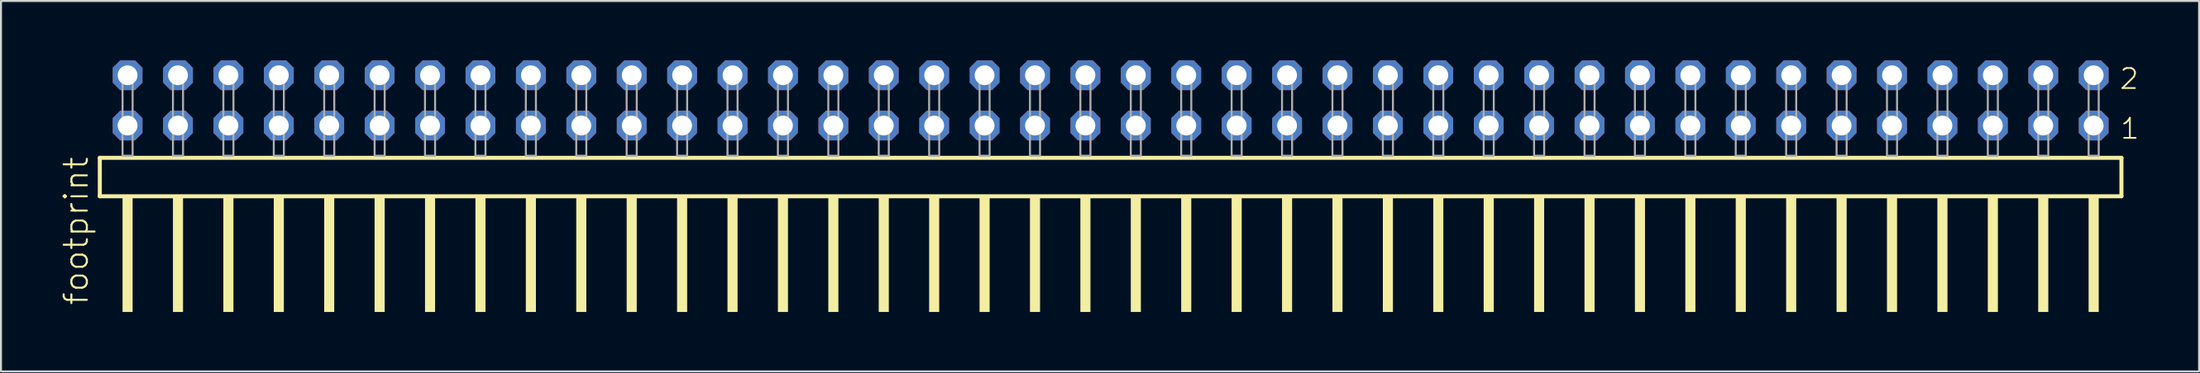
<source format=kicad_pcb>
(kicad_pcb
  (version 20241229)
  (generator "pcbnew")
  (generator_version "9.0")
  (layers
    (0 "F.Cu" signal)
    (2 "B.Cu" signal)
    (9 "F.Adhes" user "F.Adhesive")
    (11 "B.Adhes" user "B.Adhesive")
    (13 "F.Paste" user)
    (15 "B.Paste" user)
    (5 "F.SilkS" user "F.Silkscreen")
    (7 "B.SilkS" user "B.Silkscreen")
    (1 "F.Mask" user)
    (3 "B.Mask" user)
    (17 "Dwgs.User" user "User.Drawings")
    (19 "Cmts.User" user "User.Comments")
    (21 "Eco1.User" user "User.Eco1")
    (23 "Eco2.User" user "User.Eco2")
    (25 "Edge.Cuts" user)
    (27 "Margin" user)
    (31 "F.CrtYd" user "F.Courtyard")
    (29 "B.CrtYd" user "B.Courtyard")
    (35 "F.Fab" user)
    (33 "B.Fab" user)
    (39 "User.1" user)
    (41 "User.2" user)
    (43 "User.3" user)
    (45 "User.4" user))
  (footprint "footprint"
    (layer "F.Cu")
    (at 52.908 4.814)
    (property "Reference" "footprint" (at -51.435 7.62 90) (layer "F.SilkS") (effects (font (size 1.168 1.168) (thickness 0.102)) (justify left bottom)))
    (fp_line (start -50.929 0.106) (end -50.929 2.046) (stroke (width 0.203) (type solid)) (layer "F.SilkS"))
    (fp_line (start -50.929 2.046) (end 50.929 2.046) (stroke (width 0.203) (type solid)) (layer "F.SilkS"))
    (fp_line (start 50.929 0.106) (end -50.929 0.106) (stroke (width 0.203) (type solid)) (layer "F.SilkS"))
    (fp_line (start 50.929 2.046) (end 50.929 0.106) (stroke (width 0.203) (type solid)) (layer "F.SilkS"))
    (fp_poly (pts (xy -49.784 7.89) (xy -49.276 7.89) (xy -49.276 2.04) (xy -49.784 2.04)) (stroke (width 0) (type solid)) (fill yes) (layer "F.SilkS"))
    (fp_poly (pts (xy -47.244 7.89) (xy -46.736 7.89) (xy -46.736 2.04) (xy -47.244 2.04)) (stroke (width 0) (type solid)) (fill yes) (layer "F.SilkS"))
    (fp_poly (pts (xy -44.704 7.89) (xy -44.196 7.89) (xy -44.196 2.04) (xy -44.704 2.04)) (stroke (width 0) (type solid)) (fill yes) (layer "F.SilkS"))
    (fp_poly (pts (xy -42.164 7.89) (xy -41.656 7.89) (xy -41.656 2.04) (xy -42.164 2.04)) (stroke (width 0) (type solid)) (fill yes) (layer "F.SilkS"))
    (fp_poly (pts (xy -39.624 7.89) (xy -39.116 7.89) (xy -39.116 2.04) (xy -39.624 2.04)) (stroke (width 0) (type solid)) (fill yes) (layer "F.SilkS"))
    (fp_poly (pts (xy -37.084 7.89) (xy -36.576 7.89) (xy -36.576 2.04) (xy -37.084 2.04)) (stroke (width 0) (type solid)) (fill yes) (layer "F.SilkS"))
    (fp_poly (pts (xy -34.544 7.89) (xy -34.036 7.89) (xy -34.036 2.04) (xy -34.544 2.04)) (stroke (width 0) (type solid)) (fill yes) (layer "F.SilkS"))
    (fp_poly (pts (xy -32.004 7.89) (xy -31.496 7.89) (xy -31.496 2.04) (xy -32.004 2.04)) (stroke (width 0) (type solid)) (fill yes) (layer "F.SilkS"))
    (fp_poly (pts (xy -29.464 7.89) (xy -28.956 7.89) (xy -28.956 2.04) (xy -29.464 2.04)) (stroke (width 0) (type solid)) (fill yes) (layer "F.SilkS"))
    (fp_poly (pts (xy -26.924 7.89) (xy -26.416 7.89) (xy -26.416 2.04) (xy -26.924 2.04)) (stroke (width 0) (type solid)) (fill yes) (layer "F.SilkS"))
    (fp_poly (pts (xy -24.384 7.89) (xy -23.876 7.89) (xy -23.876 2.04) (xy -24.384 2.04)) (stroke (width 0) (type solid)) (fill yes) (layer "F.SilkS"))
    (fp_poly (pts (xy -21.844 7.89) (xy -21.336 7.89) (xy -21.336 2.04) (xy -21.844 2.04)) (stroke (width 0) (type solid)) (fill yes) (layer "F.SilkS"))
    (fp_poly (pts (xy -19.304 7.89) (xy -18.796 7.89) (xy -18.796 2.04) (xy -19.304 2.04)) (stroke (width 0) (type solid)) (fill yes) (layer "F.SilkS"))
    (fp_poly (pts (xy -16.764 7.89) (xy -16.256 7.89) (xy -16.256 2.04) (xy -16.764 2.04)) (stroke (width 0) (type solid)) (fill yes) (layer "F.SilkS"))
    (fp_poly (pts (xy -14.224 7.89) (xy -13.716 7.89) (xy -13.716 2.04) (xy -14.224 2.04)) (stroke (width 0) (type solid)) (fill yes) (layer "F.SilkS"))
    (fp_poly (pts (xy -11.684 7.89) (xy -11.176 7.89) (xy -11.176 2.04) (xy -11.684 2.04)) (stroke (width 0) (type solid)) (fill yes) (layer "F.SilkS"))
    (fp_poly (pts (xy -9.144 7.89) (xy -8.636 7.89) (xy -8.636 2.04) (xy -9.144 2.04)) (stroke (width 0) (type solid)) (fill yes) (layer "F.SilkS"))
    (fp_poly (pts (xy -6.604 7.89) (xy -6.096 7.89) (xy -6.096 2.04) (xy -6.604 2.04)) (stroke (width 0) (type solid)) (fill yes) (layer "F.SilkS"))
    (fp_poly (pts (xy -4.064 7.89) (xy -3.556 7.89) (xy -3.556 2.04) (xy -4.064 2.04)) (stroke (width 0) (type solid)) (fill yes) (layer "F.SilkS"))
    (fp_poly (pts (xy -1.524 7.89) (xy -1.016 7.89) (xy -1.016 2.04) (xy -1.524 2.04)) (stroke (width 0) (type solid)) (fill yes) (layer "F.SilkS"))
    (fp_poly (pts (xy 1.016 7.89) (xy 1.524 7.89) (xy 1.524 2.04) (xy 1.016 2.04)) (stroke (width 0) (type solid)) (fill yes) (layer "F.SilkS"))
    (fp_poly (pts (xy 3.556 7.89) (xy 4.064 7.89) (xy 4.064 2.04) (xy 3.556 2.04)) (stroke (width 0) (type solid)) (fill yes) (layer "F.SilkS"))
    (fp_poly (pts (xy 6.096 7.89) (xy 6.604 7.89) (xy 6.604 2.04) (xy 6.096 2.04)) (stroke (width 0) (type solid)) (fill yes) (layer "F.SilkS"))
    (fp_poly (pts (xy 8.636 7.89) (xy 9.144 7.89) (xy 9.144 2.04) (xy 8.636 2.04)) (stroke (width 0) (type solid)) (fill yes) (layer "F.SilkS"))
    (fp_poly (pts (xy 11.176 7.89) (xy 11.684 7.89) (xy 11.684 2.04) (xy 11.176 2.04)) (stroke (width 0) (type solid)) (fill yes) (layer "F.SilkS"))
    (fp_poly (pts (xy 13.716 7.89) (xy 14.224 7.89) (xy 14.224 2.04) (xy 13.716 2.04)) (stroke (width 0) (type solid)) (fill yes) (layer "F.SilkS"))
    (fp_poly (pts (xy 16.256 7.89) (xy 16.764 7.89) (xy 16.764 2.04) (xy 16.256 2.04)) (stroke (width 0) (type solid)) (fill yes) (layer "F.SilkS"))
    (fp_poly (pts (xy 18.796 7.89) (xy 19.304 7.89) (xy 19.304 2.04) (xy 18.796 2.04)) (stroke (width 0) (type solid)) (fill yes) (layer "F.SilkS"))
    (fp_poly (pts (xy 21.336 7.89) (xy 21.844 7.89) (xy 21.844 2.04) (xy 21.336 2.04)) (stroke (width 0) (type solid)) (fill yes) (layer "F.SilkS"))
    (fp_poly (pts (xy 23.876 7.89) (xy 24.384 7.89) (xy 24.384 2.04) (xy 23.876 2.04)) (stroke (width 0) (type solid)) (fill yes) (layer "F.SilkS"))
    (fp_poly (pts (xy 26.416 7.89) (xy 26.924 7.89) (xy 26.924 2.04) (xy 26.416 2.04)) (stroke (width 0) (type solid)) (fill yes) (layer "F.SilkS"))
    (fp_poly (pts (xy 28.956 7.89) (xy 29.464 7.89) (xy 29.464 2.04) (xy 28.956 2.04)) (stroke (width 0) (type solid)) (fill yes) (layer "F.SilkS"))
    (fp_poly (pts (xy 31.496 7.89) (xy 32.004 7.89) (xy 32.004 2.04) (xy 31.496 2.04)) (stroke (width 0) (type solid)) (fill yes) (layer "F.SilkS"))
    (fp_poly (pts (xy 34.036 7.89) (xy 34.544 7.89) (xy 34.544 2.04) (xy 34.036 2.04)) (stroke (width 0) (type solid)) (fill yes) (layer "F.SilkS"))
    (fp_poly (pts (xy 36.576 7.89) (xy 37.084 7.89) (xy 37.084 2.04) (xy 36.576 2.04)) (stroke (width 0) (type solid)) (fill yes) (layer "F.SilkS"))
    (fp_poly (pts (xy 39.116 7.89) (xy 39.624 7.89) (xy 39.624 2.04) (xy 39.116 2.04)) (stroke (width 0) (type solid)) (fill yes) (layer "F.SilkS"))
    (fp_poly (pts (xy 41.656 7.89) (xy 42.164 7.89) (xy 42.164 2.04) (xy 41.656 2.04)) (stroke (width 0) (type solid)) (fill yes) (layer "F.SilkS"))
    (fp_poly (pts (xy 44.196 7.89) (xy 44.704 7.89) (xy 44.704 2.04) (xy 44.196 2.04)) (stroke (width 0) (type solid)) (fill yes) (layer "F.SilkS"))
    (fp_poly (pts (xy 46.736 7.89) (xy 47.244 7.89) (xy 47.244 2.04) (xy 46.736 2.04)) (stroke (width 0) (type solid)) (fill yes) (layer "F.SilkS"))
    (fp_poly (pts (xy 49.276 7.89) (xy 49.784 7.89) (xy 49.784 2.04) (xy 49.276 2.04)) (stroke (width 0) (type solid)) (fill yes) (layer "F.SilkS"))
    (fp_poly (pts (xy -49.784 0) (xy -49.276 0) (xy -49.276 -4.318) (xy -49.784 -4.318)) (stroke (width 0.1) (type solid)) (fill no) (layer "F.Fab"))
    (fp_poly (pts (xy -47.244 0) (xy -46.736 0) (xy -46.736 -4.318) (xy -47.244 -4.318)) (stroke (width 0.1) (type solid)) (fill no) (layer "F.Fab"))
    (fp_poly (pts (xy -44.704 0) (xy -44.196 0) (xy -44.196 -4.318) (xy -44.704 -4.318)) (stroke (width 0.1) (type solid)) (fill no) (layer "F.Fab"))
    (fp_poly (pts (xy -42.164 0) (xy -41.656 0) (xy -41.656 -4.318) (xy -42.164 -4.318)) (stroke (width 0.1) (type solid)) (fill no) (layer "F.Fab"))
    (fp_poly (pts (xy -39.624 0) (xy -39.116 0) (xy -39.116 -4.318) (xy -39.624 -4.318)) (stroke (width 0.1) (type solid)) (fill no) (layer "F.Fab"))
    (fp_poly (pts (xy -37.084 0) (xy -36.576 0) (xy -36.576 -4.318) (xy -37.084 -4.318)) (stroke (width 0.1) (type solid)) (fill no) (layer "F.Fab"))
    (fp_poly (pts (xy -34.544 0) (xy -34.036 0) (xy -34.036 -4.318) (xy -34.544 -4.318)) (stroke (width 0.1) (type solid)) (fill no) (layer "F.Fab"))
    (fp_poly (pts (xy -32.004 0) (xy -31.496 0) (xy -31.496 -4.318) (xy -32.004 -4.318)) (stroke (width 0.1) (type solid)) (fill no) (layer "F.Fab"))
    (fp_poly (pts (xy -29.464 0) (xy -28.956 0) (xy -28.956 -4.318) (xy -29.464 -4.318)) (stroke (width 0.1) (type solid)) (fill no) (layer "F.Fab"))
    (fp_poly (pts (xy -26.924 0) (xy -26.416 0) (xy -26.416 -4.318) (xy -26.924 -4.318)) (stroke (width 0.1) (type solid)) (fill no) (layer "F.Fab"))
    (fp_poly (pts (xy -24.384 0) (xy -23.876 0) (xy -23.876 -4.318) (xy -24.384 -4.318)) (stroke (width 0.1) (type solid)) (fill no) (layer "F.Fab"))
    (fp_poly (pts (xy -21.844 0) (xy -21.336 0) (xy -21.336 -4.318) (xy -21.844 -4.318)) (stroke (width 0.1) (type solid)) (fill no) (layer "F.Fab"))
    (fp_poly (pts (xy -19.304 0) (xy -18.796 0) (xy -18.796 -4.318) (xy -19.304 -4.318)) (stroke (width 0.1) (type solid)) (fill no) (layer "F.Fab"))
    (fp_poly (pts (xy -16.764 0) (xy -16.256 0) (xy -16.256 -4.318) (xy -16.764 -4.318)) (stroke (width 0.1) (type solid)) (fill no) (layer "F.Fab"))
    (fp_poly (pts (xy -14.224 0) (xy -13.716 0) (xy -13.716 -4.318) (xy -14.224 -4.318)) (stroke (width 0.1) (type solid)) (fill no) (layer "F.Fab"))
    (fp_poly (pts (xy -11.684 0) (xy -11.176 0) (xy -11.176 -4.318) (xy -11.684 -4.318)) (stroke (width 0.1) (type solid)) (fill no) (layer "F.Fab"))
    (fp_poly (pts (xy -9.144 0) (xy -8.636 0) (xy -8.636 -4.318) (xy -9.144 -4.318)) (stroke (width 0.1) (type solid)) (fill no) (layer "F.Fab"))
    (fp_poly (pts (xy -6.604 0) (xy -6.096 0) (xy -6.096 -4.318) (xy -6.604 -4.318)) (stroke (width 0.1) (type solid)) (fill no) (layer "F.Fab"))
    (fp_poly (pts (xy -4.064 0) (xy -3.556 0) (xy -3.556 -4.318) (xy -4.064 -4.318)) (stroke (width 0.1) (type solid)) (fill no) (layer "F.Fab"))
    (fp_poly (pts (xy -1.524 0) (xy -1.016 0) (xy -1.016 -4.318) (xy -1.524 -4.318)) (stroke (width 0.1) (type solid)) (fill no) (layer "F.Fab"))
    (fp_poly (pts (xy 1.016 0) (xy 1.524 0) (xy 1.524 -4.318) (xy 1.016 -4.318)) (stroke (width 0.1) (type solid)) (fill no) (layer "F.Fab"))
    (fp_poly (pts (xy 3.556 0) (xy 4.064 0) (xy 4.064 -4.318) (xy 3.556 -4.318)) (stroke (width 0.1) (type solid)) (fill no) (layer "F.Fab"))
    (fp_poly (pts (xy 6.096 0) (xy 6.604 0) (xy 6.604 -4.318) (xy 6.096 -4.318)) (stroke (width 0.1) (type solid)) (fill no) (layer "F.Fab"))
    (fp_poly (pts (xy 8.636 0) (xy 9.144 0) (xy 9.144 -4.318) (xy 8.636 -4.318)) (stroke (width 0.1) (type solid)) (fill no) (layer "F.Fab"))
    (fp_poly (pts (xy 11.176 0) (xy 11.684 0) (xy 11.684 -4.318) (xy 11.176 -4.318)) (stroke (width 0.1) (type solid)) (fill no) (layer "F.Fab"))
    (fp_poly (pts (xy 13.716 0) (xy 14.224 0) (xy 14.224 -4.318) (xy 13.716 -4.318)) (stroke (width 0.1) (type solid)) (fill no) (layer "F.Fab"))
    (fp_poly (pts (xy 16.256 0) (xy 16.764 0) (xy 16.764 -4.318) (xy 16.256 -4.318)) (stroke (width 0.1) (type solid)) (fill no) (layer "F.Fab"))
    (fp_poly (pts (xy 18.796 0) (xy 19.304 0) (xy 19.304 -4.318) (xy 18.796 -4.318)) (stroke (width 0.1) (type solid)) (fill no) (layer "F.Fab"))
    (fp_poly (pts (xy 21.336 0) (xy 21.844 0) (xy 21.844 -4.318) (xy 21.336 -4.318)) (stroke (width 0.1) (type solid)) (fill no) (layer "F.Fab"))
    (fp_poly (pts (xy 23.876 0) (xy 24.384 0) (xy 24.384 -4.318) (xy 23.876 -4.318)) (stroke (width 0.1) (type solid)) (fill no) (layer "F.Fab"))
    (fp_poly (pts (xy 26.416 0) (xy 26.924 0) (xy 26.924 -4.318) (xy 26.416 -4.318)) (stroke (width 0.1) (type solid)) (fill no) (layer "F.Fab"))
    (fp_poly (pts (xy 28.956 0) (xy 29.464 0) (xy 29.464 -4.318) (xy 28.956 -4.318)) (stroke (width 0.1) (type solid)) (fill no) (layer "F.Fab"))
    (fp_poly (pts (xy 31.496 0) (xy 32.004 0) (xy 32.004 -4.318) (xy 31.496 -4.318)) (stroke (width 0.1) (type solid)) (fill no) (layer "F.Fab"))
    (fp_poly (pts (xy 34.036 0) (xy 34.544 0) (xy 34.544 -4.318) (xy 34.036 -4.318)) (stroke (width 0.1) (type solid)) (fill no) (layer "F.Fab"))
    (fp_poly (pts (xy 36.576 0) (xy 37.084 0) (xy 37.084 -4.318) (xy 36.576 -4.318)) (stroke (width 0.1) (type solid)) (fill no) (layer "F.Fab"))
    (fp_poly (pts (xy 39.116 0) (xy 39.624 0) (xy 39.624 -4.318) (xy 39.116 -4.318)) (stroke (width 0.1) (type solid)) (fill no) (layer "F.Fab"))
    (fp_poly (pts (xy 41.656 0) (xy 42.164 0) (xy 42.164 -4.318) (xy 41.656 -4.318)) (stroke (width 0.1) (type solid)) (fill no) (layer "F.Fab"))
    (fp_poly (pts (xy 44.196 0) (xy 44.704 0) (xy 44.704 -4.318) (xy 44.196 -4.318)) (stroke (width 0.1) (type solid)) (fill no) (layer "F.Fab"))
    (fp_poly (pts (xy 46.736 0) (xy 47.244 0) (xy 47.244 -4.318) (xy 46.736 -4.318)) (stroke (width 0.1) (type solid)) (fill no) (layer "F.Fab"))
    (fp_poly (pts (xy 49.276 0) (xy 49.784 0) (xy 49.784 -4.318) (xy 49.276 -4.318)) (stroke (width 0.1) (type solid)) (fill no) (layer "F.Fab"))
    (fp_text user "2" (at 50.78 -3.29 0) (layer "F.SilkS") (effects (font (size 1.012 1.012) (thickness 0.088)) (justify left bottom)))
    (fp_text user "1" (at 50.815 -0.775 0) (layer "F.SilkS") (effects (font (size 1.012 1.012) (thickness 0.088)) (justify left bottom)))
    (pad "1" thru_hole roundrect (at 49.53 -1.524 180) (size 1.5 1.5) (drill 1) (layers "*.Cu" "*.Mask") (roundrect_rratio 0.25) (chamfer_ratio 0.25) (chamfer top_left top_right bottom_left bottom_right))
    (pad "2" thru_hole roundrect (at 49.53 -4.064 180) (size 1.5 1.5) (drill 1) (layers "*.Cu" "*.Mask") (roundrect_rratio 0.25) (chamfer_ratio 0.25) (chamfer top_left top_right bottom_left bottom_right))
    (pad "3" thru_hole roundrect (at 46.99 -1.524 180) (size 1.5 1.5) (drill 1) (layers "*.Cu" "*.Mask") (roundrect_rratio 0.25) (chamfer_ratio 0.25) (chamfer top_left top_right bottom_left bottom_right))
    (pad "4" thru_hole roundrect (at 46.99 -4.064 180) (size 1.5 1.5) (drill 1) (layers "*.Cu" "*.Mask") (roundrect_rratio 0.25) (chamfer_ratio 0.25) (chamfer top_left top_right bottom_left bottom_right))
    (pad "5" thru_hole roundrect (at 44.45 -1.524 180) (size 1.5 1.5) (drill 1) (layers "*.Cu" "*.Mask") (roundrect_rratio 0.25) (chamfer_ratio 0.25) (chamfer top_left top_right bottom_left bottom_right))
    (pad "6" thru_hole roundrect (at 44.45 -4.064 180) (size 1.5 1.5) (drill 1) (layers "*.Cu" "*.Mask") (roundrect_rratio 0.25) (chamfer_ratio 0.25) (chamfer top_left top_right bottom_left bottom_right))
    (pad "7" thru_hole roundrect (at 41.91 -1.524 180) (size 1.5 1.5) (drill 1) (layers "*.Cu" "*.Mask") (roundrect_rratio 0.25) (chamfer_ratio 0.25) (chamfer top_left top_right bottom_left bottom_right))
    (pad "8" thru_hole roundrect (at 41.91 -4.064 180) (size 1.5 1.5) (drill 1) (layers "*.Cu" "*.Mask") (roundrect_rratio 0.25) (chamfer_ratio 0.25) (chamfer top_left top_right bottom_left bottom_right))
    (pad "9" thru_hole roundrect (at 39.37 -1.524 180) (size 1.5 1.5) (drill 1) (layers "*.Cu" "*.Mask") (roundrect_rratio 0.25) (chamfer_ratio 0.25) (chamfer top_left top_right bottom_left bottom_right))
    (pad "10" thru_hole roundrect (at 39.37 -4.064 180) (size 1.5 1.5) (drill 1) (layers "*.Cu" "*.Mask") (roundrect_rratio 0.25) (chamfer_ratio 0.25) (chamfer top_left top_right bottom_left bottom_right))
    (pad "11" thru_hole roundrect (at 36.83 -1.524 180) (size 1.5 1.5) (drill 1) (layers "*.Cu" "*.Mask") (roundrect_rratio 0.25) (chamfer_ratio 0.25) (chamfer top_left top_right bottom_left bottom_right))
    (pad "12" thru_hole roundrect (at 36.83 -4.064 180) (size 1.5 1.5) (drill 1) (layers "*.Cu" "*.Mask") (roundrect_rratio 0.25) (chamfer_ratio 0.25) (chamfer top_left top_right bottom_left bottom_right))
    (pad "13" thru_hole roundrect (at 34.29 -1.524 180) (size 1.5 1.5) (drill 1) (layers "*.Cu" "*.Mask") (roundrect_rratio 0.25) (chamfer_ratio 0.25) (chamfer top_left top_right bottom_left bottom_right))
    (pad "14" thru_hole roundrect (at 34.29 -4.064 180) (size 1.5 1.5) (drill 1) (layers "*.Cu" "*.Mask") (roundrect_rratio 0.25) (chamfer_ratio 0.25) (chamfer top_left top_right bottom_left bottom_right))
    (pad "15" thru_hole roundrect (at 31.75 -1.524 180) (size 1.5 1.5) (drill 1) (layers "*.Cu" "*.Mask") (roundrect_rratio 0.25) (chamfer_ratio 0.25) (chamfer top_left top_right bottom_left bottom_right))
    (pad "16" thru_hole roundrect (at 31.75 -4.064 180) (size 1.5 1.5) (drill 1) (layers "*.Cu" "*.Mask") (roundrect_rratio 0.25) (chamfer_ratio 0.25) (chamfer top_left top_right bottom_left bottom_right))
    (pad "17" thru_hole roundrect (at 29.21 -1.524 180) (size 1.5 1.5) (drill 1) (layers "*.Cu" "*.Mask") (roundrect_rratio 0.25) (chamfer_ratio 0.25) (chamfer top_left top_right bottom_left bottom_right))
    (pad "18" thru_hole roundrect (at 29.21 -4.064 180) (size 1.5 1.5) (drill 1) (layers "*.Cu" "*.Mask") (roundrect_rratio 0.25) (chamfer_ratio 0.25) (chamfer top_left top_right bottom_left bottom_right))
    (pad "19" thru_hole roundrect (at 26.67 -1.524 180) (size 1.5 1.5) (drill 1) (layers "*.Cu" "*.Mask") (roundrect_rratio 0.25) (chamfer_ratio 0.25) (chamfer top_left top_right bottom_left bottom_right))
    (pad "20" thru_hole roundrect (at 26.67 -4.064 180) (size 1.5 1.5) (drill 1) (layers "*.Cu" "*.Mask") (roundrect_rratio 0.25) (chamfer_ratio 0.25) (chamfer top_left top_right bottom_left bottom_right))
    (pad "21" thru_hole roundrect (at 24.13 -1.524 180) (size 1.5 1.5) (drill 1) (layers "*.Cu" "*.Mask") (roundrect_rratio 0.25) (chamfer_ratio 0.25) (chamfer top_left top_right bottom_left bottom_right))
    (pad "22" thru_hole roundrect (at 24.13 -4.064 180) (size 1.5 1.5) (drill 1) (layers "*.Cu" "*.Mask") (roundrect_rratio 0.25) (chamfer_ratio 0.25) (chamfer top_left top_right bottom_left bottom_right))
    (pad "23" thru_hole roundrect (at 21.59 -1.524 180) (size 1.5 1.5) (drill 1) (layers "*.Cu" "*.Mask") (roundrect_rratio 0.25) (chamfer_ratio 0.25) (chamfer top_left top_right bottom_left bottom_right))
    (pad "24" thru_hole roundrect (at 21.59 -4.064 180) (size 1.5 1.5) (drill 1) (layers "*.Cu" "*.Mask") (roundrect_rratio 0.25) (chamfer_ratio 0.25) (chamfer top_left top_right bottom_left bottom_right))
    (pad "25" thru_hole roundrect (at 19.05 -1.524 180) (size 1.5 1.5) (drill 1) (layers "*.Cu" "*.Mask") (roundrect_rratio 0.25) (chamfer_ratio 0.25) (chamfer top_left top_right bottom_left bottom_right))
    (pad "26" thru_hole roundrect (at 19.05 -4.064 180) (size 1.5 1.5) (drill 1) (layers "*.Cu" "*.Mask") (roundrect_rratio 0.25) (chamfer_ratio 0.25) (chamfer top_left top_right bottom_left bottom_right))
    (pad "27" thru_hole roundrect (at 16.51 -1.524 180) (size 1.5 1.5) (drill 1) (layers "*.Cu" "*.Mask") (roundrect_rratio 0.25) (chamfer_ratio 0.25) (chamfer top_left top_right bottom_left bottom_right))
    (pad "28" thru_hole roundrect (at 16.51 -4.064 180) (size 1.5 1.5) (drill 1) (layers "*.Cu" "*.Mask") (roundrect_rratio 0.25) (chamfer_ratio 0.25) (chamfer top_left top_right bottom_left bottom_right))
    (pad "29" thru_hole roundrect (at 13.97 -1.524 180) (size 1.5 1.5) (drill 1) (layers "*.Cu" "*.Mask") (roundrect_rratio 0.25) (chamfer_ratio 0.25) (chamfer top_left top_right bottom_left bottom_right))
    (pad "30" thru_hole roundrect (at 13.97 -4.064 180) (size 1.5 1.5) (drill 1) (layers "*.Cu" "*.Mask") (roundrect_rratio 0.25) (chamfer_ratio 0.25) (chamfer top_left top_right bottom_left bottom_right))
    (pad "31" thru_hole roundrect (at 11.43 -1.524 180) (size 1.5 1.5) (drill 1) (layers "*.Cu" "*.Mask") (roundrect_rratio 0.25) (chamfer_ratio 0.25) (chamfer top_left top_right bottom_left bottom_right))
    (pad "32" thru_hole roundrect (at 11.43 -4.064 180) (size 1.5 1.5) (drill 1) (layers "*.Cu" "*.Mask") (roundrect_rratio 0.25) (chamfer_ratio 0.25) (chamfer top_left top_right bottom_left bottom_right))
    (pad "33" thru_hole roundrect (at 8.89 -1.524 180) (size 1.5 1.5) (drill 1) (layers "*.Cu" "*.Mask") (roundrect_rratio 0.25) (chamfer_ratio 0.25) (chamfer top_left top_right bottom_left bottom_right))
    (pad "34" thru_hole roundrect (at 8.89 -4.064 180) (size 1.5 1.5) (drill 1) (layers "*.Cu" "*.Mask") (roundrect_rratio 0.25) (chamfer_ratio 0.25) (chamfer top_left top_right bottom_left bottom_right))
    (pad "35" thru_hole roundrect (at 6.35 -1.524 180) (size 1.5 1.5) (drill 1) (layers "*.Cu" "*.Mask") (roundrect_rratio 0.25) (chamfer_ratio 0.25) (chamfer top_left top_right bottom_left bottom_right))
    (pad "36" thru_hole roundrect (at 6.35 -4.064 180) (size 1.5 1.5) (drill 1) (layers "*.Cu" "*.Mask") (roundrect_rratio 0.25) (chamfer_ratio 0.25) (chamfer top_left top_right bottom_left bottom_right))
    (pad "37" thru_hole roundrect (at 3.81 -1.524 180) (size 1.5 1.5) (drill 1) (layers "*.Cu" "*.Mask") (roundrect_rratio 0.25) (chamfer_ratio 0.25) (chamfer top_left top_right bottom_left bottom_right))
    (pad "38" thru_hole roundrect (at 3.81 -4.064 180) (size 1.5 1.5) (drill 1) (layers "*.Cu" "*.Mask") (roundrect_rratio 0.25) (chamfer_ratio 0.25) (chamfer top_left top_right bottom_left bottom_right))
    (pad "39" thru_hole roundrect (at 1.27 -1.524 180) (size 1.5 1.5) (drill 1) (layers "*.Cu" "*.Mask") (roundrect_rratio 0.25) (chamfer_ratio 0.25) (chamfer top_left top_right bottom_left bottom_right))
    (pad "40" thru_hole roundrect (at 1.27 -4.064 180) (size 1.5 1.5) (drill 1) (layers "*.Cu" "*.Mask") (roundrect_rratio 0.25) (chamfer_ratio 0.25) (chamfer top_left top_right bottom_left bottom_right))
    (pad "41" thru_hole roundrect (at -1.27 -1.524 180) (size 1.5 1.5) (drill 1) (layers "*.Cu" "*.Mask") (roundrect_rratio 0.25) (chamfer_ratio 0.25) (chamfer top_left top_right bottom_left bottom_right))
    (pad "42" thru_hole roundrect (at -1.27 -4.064 180) (size 1.5 1.5) (drill 1) (layers "*.Cu" "*.Mask") (roundrect_rratio 0.25) (chamfer_ratio 0.25) (chamfer top_left top_right bottom_left bottom_right))
    (pad "43" thru_hole roundrect (at -3.81 -1.524 180) (size 1.5 1.5) (drill 1) (layers "*.Cu" "*.Mask") (roundrect_rratio 0.25) (chamfer_ratio 0.25) (chamfer top_left top_right bottom_left bottom_right))
    (pad "44" thru_hole roundrect (at -3.81 -4.064 180) (size 1.5 1.5) (drill 1) (layers "*.Cu" "*.Mask") (roundrect_rratio 0.25) (chamfer_ratio 0.25) (chamfer top_left top_right bottom_left bottom_right))
    (pad "45" thru_hole roundrect (at -6.35 -1.524 180) (size 1.5 1.5) (drill 1) (layers "*.Cu" "*.Mask") (roundrect_rratio 0.25) (chamfer_ratio 0.25) (chamfer top_left top_right bottom_left bottom_right))
    (pad "46" thru_hole roundrect (at -6.35 -4.064 180) (size 1.5 1.5) (drill 1) (layers "*.Cu" "*.Mask") (roundrect_rratio 0.25) (chamfer_ratio 0.25) (chamfer top_left top_right bottom_left bottom_right))
    (pad "47" thru_hole roundrect (at -8.89 -1.524 180) (size 1.5 1.5) (drill 1) (layers "*.Cu" "*.Mask") (roundrect_rratio 0.25) (chamfer_ratio 0.25) (chamfer top_left top_right bottom_left bottom_right))
    (pad "48" thru_hole roundrect (at -8.89 -4.064 180) (size 1.5 1.5) (drill 1) (layers "*.Cu" "*.Mask") (roundrect_rratio 0.25) (chamfer_ratio 0.25) (chamfer top_left top_right bottom_left bottom_right))
    (pad "49" thru_hole roundrect (at -11.43 -1.524 180) (size 1.5 1.5) (drill 1) (layers "*.Cu" "*.Mask") (roundrect_rratio 0.25) (chamfer_ratio 0.25) (chamfer top_left top_right bottom_left bottom_right))
    (pad "50" thru_hole roundrect (at -11.43 -4.064 180) (size 1.5 1.5) (drill 1) (layers "*.Cu" "*.Mask") (roundrect_rratio 0.25) (chamfer_ratio 0.25) (chamfer top_left top_right bottom_left bottom_right))
    (pad "51" thru_hole roundrect (at -13.97 -1.524 180) (size 1.5 1.5) (drill 1) (layers "*.Cu" "*.Mask") (roundrect_rratio 0.25) (chamfer_ratio 0.25) (chamfer top_left top_right bottom_left bottom_right))
    (pad "52" thru_hole roundrect (at -13.97 -4.064 180) (size 1.5 1.5) (drill 1) (layers "*.Cu" "*.Mask") (roundrect_rratio 0.25) (chamfer_ratio 0.25) (chamfer top_left top_right bottom_left bottom_right))
    (pad "53" thru_hole roundrect (at -16.51 -1.524 180) (size 1.5 1.5) (drill 1) (layers "*.Cu" "*.Mask") (roundrect_rratio 0.25) (chamfer_ratio 0.25) (chamfer top_left top_right bottom_left bottom_right))
    (pad "54" thru_hole roundrect (at -16.51 -4.064 180) (size 1.5 1.5) (drill 1) (layers "*.Cu" "*.Mask") (roundrect_rratio 0.25) (chamfer_ratio 0.25) (chamfer top_left top_right bottom_left bottom_right))
    (pad "55" thru_hole roundrect (at -19.05 -1.524 180) (size 1.5 1.5) (drill 1) (layers "*.Cu" "*.Mask") (roundrect_rratio 0.25) (chamfer_ratio 0.25) (chamfer top_left top_right bottom_left bottom_right))
    (pad "56" thru_hole roundrect (at -19.05 -4.064 180) (size 1.5 1.5) (drill 1) (layers "*.Cu" "*.Mask") (roundrect_rratio 0.25) (chamfer_ratio 0.25) (chamfer top_left top_right bottom_left bottom_right))
    (pad "57" thru_hole roundrect (at -21.59 -1.524 180) (size 1.5 1.5) (drill 1) (layers "*.Cu" "*.Mask") (roundrect_rratio 0.25) (chamfer_ratio 0.25) (chamfer top_left top_right bottom_left bottom_right))
    (pad "58" thru_hole roundrect (at -21.59 -4.064 180) (size 1.5 1.5) (drill 1) (layers "*.Cu" "*.Mask") (roundrect_rratio 0.25) (chamfer_ratio 0.25) (chamfer top_left top_right bottom_left bottom_right))
    (pad "59" thru_hole roundrect (at -24.13 -1.524 180) (size 1.5 1.5) (drill 1) (layers "*.Cu" "*.Mask") (roundrect_rratio 0.25) (chamfer_ratio 0.25) (chamfer top_left top_right bottom_left bottom_right))
    (pad "60" thru_hole roundrect (at -24.13 -4.064 180) (size 1.5 1.5) (drill 1) (layers "*.Cu" "*.Mask") (roundrect_rratio 0.25) (chamfer_ratio 0.25) (chamfer top_left top_right bottom_left bottom_right))
    (pad "61" thru_hole roundrect (at -26.67 -1.524 180) (size 1.5 1.5) (drill 1) (layers "*.Cu" "*.Mask") (roundrect_rratio 0.25) (chamfer_ratio 0.25) (chamfer top_left top_right bottom_left bottom_right))
    (pad "62" thru_hole roundrect (at -26.67 -4.064 180) (size 1.5 1.5) (drill 1) (layers "*.Cu" "*.Mask") (roundrect_rratio 0.25) (chamfer_ratio 0.25) (chamfer top_left top_right bottom_left bottom_right))
    (pad "63" thru_hole roundrect (at -29.21 -1.524 180) (size 1.5 1.5) (drill 1) (layers "*.Cu" "*.Mask") (roundrect_rratio 0.25) (chamfer_ratio 0.25) (chamfer top_left top_right bottom_left bottom_right))
    (pad "64" thru_hole roundrect (at -29.21 -4.064 180) (size 1.5 1.5) (drill 1) (layers "*.Cu" "*.Mask") (roundrect_rratio 0.25) (chamfer_ratio 0.25) (chamfer top_left top_right bottom_left bottom_right))
    (pad "65" thru_hole roundrect (at -31.75 -1.524 180) (size 1.5 1.5) (drill 1) (layers "*.Cu" "*.Mask") (roundrect_rratio 0.25) (chamfer_ratio 0.25) (chamfer top_left top_right bottom_left bottom_right))
    (pad "66" thru_hole roundrect (at -31.75 -4.064 180) (size 1.5 1.5) (drill 1) (layers "*.Cu" "*.Mask") (roundrect_rratio 0.25) (chamfer_ratio 0.25) (chamfer top_left top_right bottom_left bottom_right))
    (pad "67" thru_hole roundrect (at -34.29 -1.524 180) (size 1.5 1.5) (drill 1) (layers "*.Cu" "*.Mask") (roundrect_rratio 0.25) (chamfer_ratio 0.25) (chamfer top_left top_right bottom_left bottom_right))
    (pad "68" thru_hole roundrect (at -34.29 -4.064 180) (size 1.5 1.5) (drill 1) (layers "*.Cu" "*.Mask") (roundrect_rratio 0.25) (chamfer_ratio 0.25) (chamfer top_left top_right bottom_left bottom_right))
    (pad "69" thru_hole roundrect (at -36.83 -1.524 180) (size 1.5 1.5) (drill 1) (layers "*.Cu" "*.Mask") (roundrect_rratio 0.25) (chamfer_ratio 0.25) (chamfer top_left top_right bottom_left bottom_right))
    (pad "70" thru_hole roundrect (at -36.83 -4.064 180) (size 1.5 1.5) (drill 1) (layers "*.Cu" "*.Mask") (roundrect_rratio 0.25) (chamfer_ratio 0.25) (chamfer top_left top_right bottom_left bottom_right))
    (pad "71" thru_hole roundrect (at -39.37 -1.524 180) (size 1.5 1.5) (drill 1) (layers "*.Cu" "*.Mask") (roundrect_rratio 0.25) (chamfer_ratio 0.25) (chamfer top_left top_right bottom_left bottom_right))
    (pad "72" thru_hole roundrect (at -39.37 -4.064 180) (size 1.5 1.5) (drill 1) (layers "*.Cu" "*.Mask") (roundrect_rratio 0.25) (chamfer_ratio 0.25) (chamfer top_left top_right bottom_left bottom_right))
    (pad "73" thru_hole roundrect (at -41.91 -1.524 180) (size 1.5 1.5) (drill 1) (layers "*.Cu" "*.Mask") (roundrect_rratio 0.25) (chamfer_ratio 0.25) (chamfer top_left top_right bottom_left bottom_right))
    (pad "74" thru_hole roundrect (at -41.91 -4.064 180) (size 1.5 1.5) (drill 1) (layers "*.Cu" "*.Mask") (roundrect_rratio 0.25) (chamfer_ratio 0.25) (chamfer top_left top_right bottom_left bottom_right))
    (pad "75" thru_hole roundrect (at -44.45 -1.524 180) (size 1.5 1.5) (drill 1) (layers "*.Cu" "*.Mask") (roundrect_rratio 0.25) (chamfer_ratio 0.25) (chamfer top_left top_right bottom_left bottom_right))
    (pad "76" thru_hole roundrect (at -44.45 -4.064 180) (size 1.5 1.5) (drill 1) (layers "*.Cu" "*.Mask") (roundrect_rratio 0.25) (chamfer_ratio 0.25) (chamfer top_left top_right bottom_left bottom_right))
    (pad "77" thru_hole roundrect (at -46.99 -1.524 180) (size 1.5 1.5) (drill 1) (layers "*.Cu" "*.Mask") (roundrect_rratio 0.25) (chamfer_ratio 0.25) (chamfer top_left top_right bottom_left bottom_right))
    (pad "78" thru_hole roundrect (at -46.99 -4.064 180) (size 1.5 1.5) (drill 1) (layers "*.Cu" "*.Mask") (roundrect_rratio 0.25) (chamfer_ratio 0.25) (chamfer top_left top_right bottom_left bottom_right))
    (pad "79" thru_hole roundrect (at -49.53 -1.524 180) (size 1.5 1.5) (drill 1) (layers "*.Cu" "*.Mask") (roundrect_rratio 0.25) (chamfer_ratio 0.25) (chamfer top_left top_right bottom_left bottom_right))
    (pad "80" thru_hole roundrect (at -49.53 -4.064 180) (size 1.5 1.5) (drill 1) (layers "*.Cu" "*.Mask") (roundrect_rratio 0.25) (chamfer_ratio 0.25) (chamfer top_left top_right bottom_left bottom_right)))
  (gr_rect
    (start -3 -3)
    (end 107.749 15.704)
    (stroke (width 0.1) (type default))
    (fill no)
    (layer "Edge.Cuts")))
</source>
